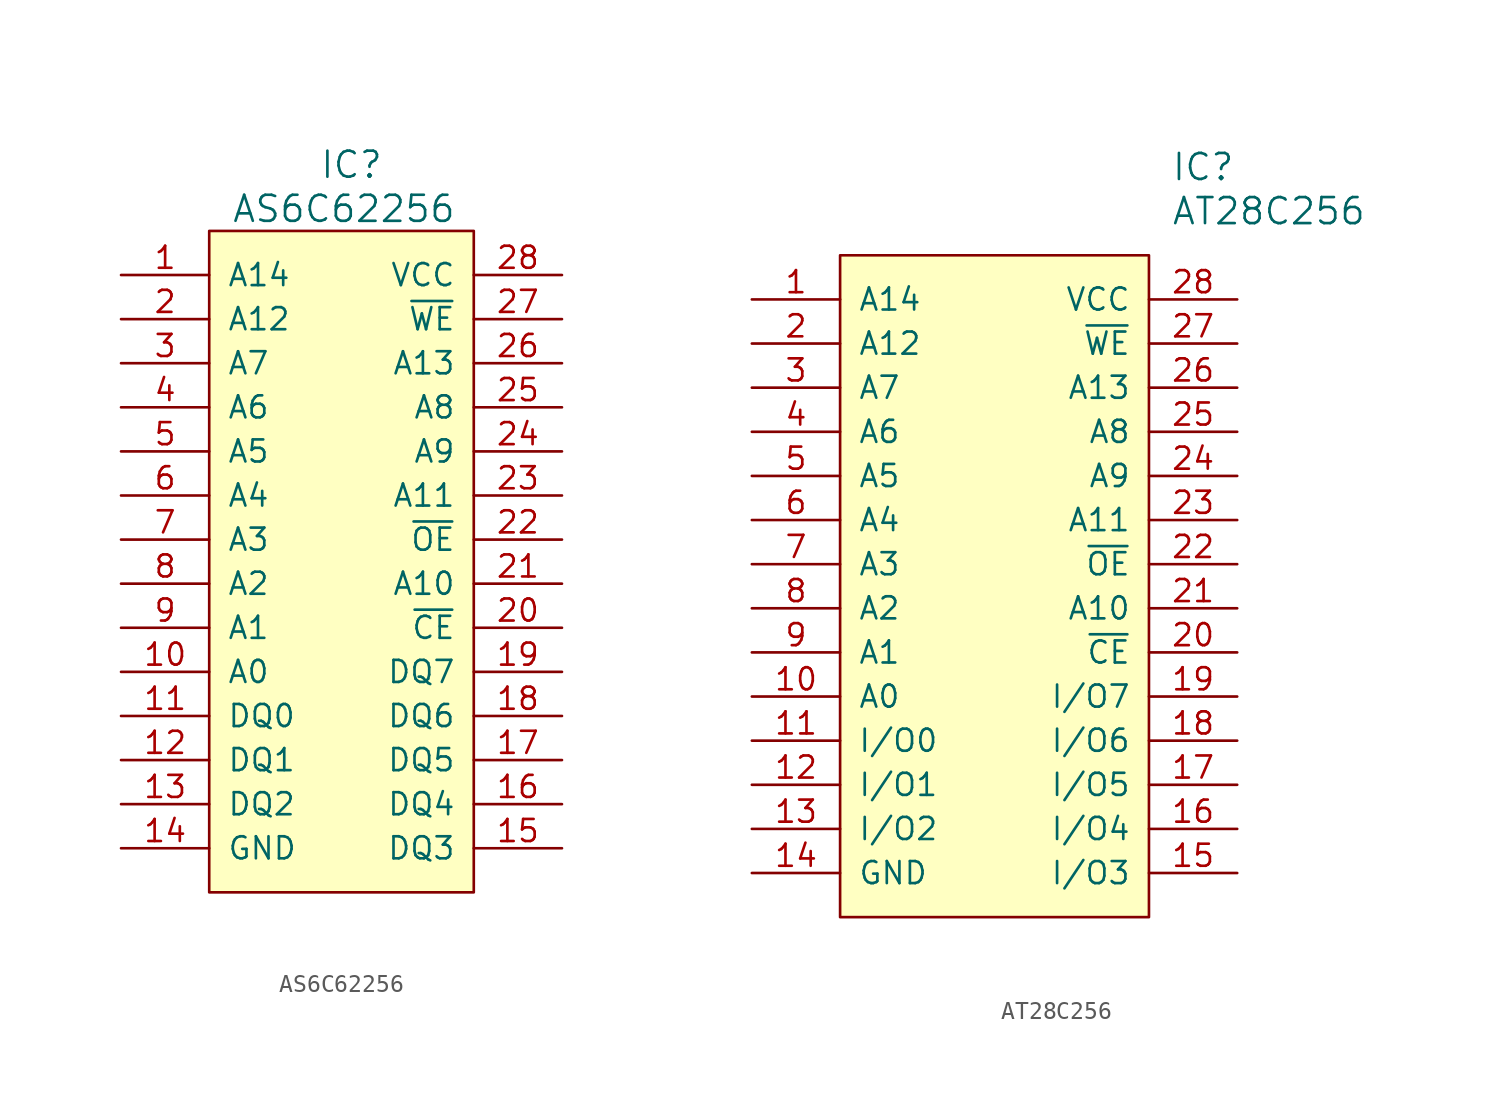
<source format=kicad_sym>
(kicad_symbol_lib
  (version 20231120)
  (generator "kicad_symbol_editor")
  (generator_version "8.0")
  (symbol "AS6C62256"
    (pin_names
      (offset 1.016))
    (property "Reference" "IC"
      (at 11.43 6.35 0)
      (effects (font (size 1.499 1.499)) (justify left)))
    (property "Value" "AS6C62256"
      (at 6.35 3.81 0)
      (effects (font (size 1.499 1.499)) (justify left)))
    (property "ki_locked" ""
      (at 0 0 0)
      (effects (font (size 1.27 1.27))))
    (symbol "AS6C62256_1_0"
      (pin input line (at 0 0 0) (length 5.08) (name "A14" (effects (font (size 1.27 1.27)))) (number "1" (effects (font (size 1.27 1.27)))))
      (pin input line (at 0 -22.86 0) (length 5.08) (name "A0" (effects (font (size 1.27 1.27)))) (number "10" (effects (font (size 1.27 1.27)))))
      (pin bidirectional line (at 0 -25.4 0) (length 5.08) (name "DQ0" (effects (font (size 1.27 1.27)))) (number "11" (effects (font (size 1.27 1.27)))))
      (pin bidirectional line (at 0 -27.94 0) (length 5.08) (name "DQ1" (effects (font (size 1.27 1.27)))) (number "12" (effects (font (size 1.27 1.27)))))
      (pin bidirectional line (at 0 -30.48 0) (length 5.08) (name "DQ2" (effects (font (size 1.27 1.27)))) (number "13" (effects (font (size 1.27 1.27)))))
      (pin power_in line (at 0 -33.02 0) (length 5.08) (name "GND" (effects (font (size 1.27 1.27)))) (number "14" (effects (font (size 1.27 1.27)))))
      (pin bidirectional line (at 25.4 -33.02 180) (length 5.08) (name "DQ3" (effects (font (size 1.27 1.27)))) (number "15" (effects (font (size 1.27 1.27)))))
      (pin bidirectional line (at 25.4 -30.48 180) (length 5.08) (name "DQ4" (effects (font (size 1.27 1.27)))) (number "16" (effects (font (size 1.27 1.27)))))
      (pin bidirectional line (at 25.4 -27.94 180) (length 5.08) (name "DQ5" (effects (font (size 1.27 1.27)))) (number "17" (effects (font (size 1.27 1.27)))))
      (pin bidirectional line (at 25.4 -25.4 180) (length 5.08) (name "DQ6" (effects (font (size 1.27 1.27)))) (number "18" (effects (font (size 1.27 1.27)))))
      (pin bidirectional line (at 25.4 -22.86 180) (length 5.08) (name "DQ7" (effects (font (size 1.27 1.27)))) (number "19" (effects (font (size 1.27 1.27)))))
      (pin input line (at 0 -2.54 0) (length 5.08) (name "A12" (effects (font (size 1.27 1.27)))) (number "2" (effects (font (size 1.27 1.27)))))
      (pin input line (at 25.4 -20.32 180) (length 5.08) (name "~{CE}" (effects (font (size 1.27 1.27)))) (number "20" (effects (font (size 1.27 1.27)))))
      (pin input line (at 25.4 -17.78 180) (length 5.08) (name "A10" (effects (font (size 1.27 1.27)))) (number "21" (effects (font (size 1.27 1.27)))))
      (pin input line (at 25.4 -15.24 180) (length 5.08) (name "~{OE}" (effects (font (size 1.27 1.27)))) (number "22" (effects (font (size 1.27 1.27)))))
      (pin input line (at 25.4 -12.7 180) (length 5.08) (name "A11" (effects (font (size 1.27 1.27)))) (number "23" (effects (font (size 1.27 1.27)))))
      (pin input line (at 25.4 -10.16 180) (length 5.08) (name "A9" (effects (font (size 1.27 1.27)))) (number "24" (effects (font (size 1.27 1.27)))))
      (pin input line (at 25.4 -7.62 180) (length 5.08) (name "A8" (effects (font (size 1.27 1.27)))) (number "25" (effects (font (size 1.27 1.27)))))
      (pin input line (at 25.4 -5.08 180) (length 5.08) (name "A13" (effects (font (size 1.27 1.27)))) (number "26" (effects (font (size 1.27 1.27)))))
      (pin input line (at 25.4 -2.54 180) (length 5.08) (name "~{WE}" (effects (font (size 1.27 1.27)))) (number "27" (effects (font (size 1.27 1.27)))))
      (pin power_in line (at 25.4 0 180) (length 5.08) (name "VCC" (effects (font (size 1.27 1.27)))) (number "28" (effects (font (size 1.27 1.27)))))
      (pin input line (at 0 -5.08 0) (length 5.08) (name "A7" (effects (font (size 1.27 1.27)))) (number "3" (effects (font (size 1.27 1.27)))))
      (pin input line (at 0 -7.62 0) (length 5.08) (name "A6" (effects (font (size 1.27 1.27)))) (number "4" (effects (font (size 1.27 1.27)))))
      (pin input line (at 0 -10.16 0) (length 5.08) (name "A5" (effects (font (size 1.27 1.27)))) (number "5" (effects (font (size 1.27 1.27)))))
      (pin input line (at 0 -12.7 0) (length 5.08) (name "A4" (effects (font (size 1.27 1.27)))) (number "6" (effects (font (size 1.27 1.27)))))
      (pin input line (at 0 -15.24 0) (length 5.08) (name "A3" (effects (font (size 1.27 1.27)))) (number "7" (effects (font (size 1.27 1.27)))))
      (pin input line (at 0 -17.78 0) (length 5.08) (name "A2" (effects (font (size 1.27 1.27)))) (number "8" (effects (font (size 1.27 1.27)))))
      (pin input line (at 0 -20.32 0) (length 5.08) (name "A1" (effects (font (size 1.27 1.27)))) (number "9" (effects (font (size 1.27 1.27))))))
    (symbol "AS6C62256_1_1"
      (rectangle (start 5.08 2.54) (end 20.32 -35.56) (stroke (width 0) (type solid)) (fill (type background)))))
  (symbol "AT28C256"
    (pin_names
      (offset 1.016))
    (property "Reference" "IC"
      (at 24.13 7.62 0)
      (effects (font (size 1.499 1.499)) (justify left)))
    (property "Value" "AT28C256"
      (at 24.13 5.08 0)
      (effects (font (size 1.499 1.499)) (justify left)))
    (property "ki_locked" ""
      (at 0 0 0)
      (effects (font (size 1.27 1.27))))
    (symbol "AT28C256_1_0"
      (pin bidirectional line (at 0 0 0) (length 5.08) (name "A14" (effects (font (size 1.27 1.27)))) (number "1" (effects (font (size 1.27 1.27)))))
      (pin bidirectional line (at 0 -22.86 0) (length 5.08) (name "A0" (effects (font (size 1.27 1.27)))) (number "10" (effects (font (size 1.27 1.27)))))
      (pin bidirectional line (at 0 -25.4 0) (length 5.08) (name "I/O0" (effects (font (size 1.27 1.27)))) (number "11" (effects (font (size 1.27 1.27)))))
      (pin bidirectional line (at 0 -27.94 0) (length 5.08) (name "I/O1" (effects (font (size 1.27 1.27)))) (number "12" (effects (font (size 1.27 1.27)))))
      (pin bidirectional line (at 0 -30.48 0) (length 5.08) (name "I/O2" (effects (font (size 1.27 1.27)))) (number "13" (effects (font (size 1.27 1.27)))))
      (pin power_in line (at 0 -33.02 0) (length 5.08) (name "GND" (effects (font (size 1.27 1.27)))) (number "14" (effects (font (size 1.27 1.27)))))
      (pin bidirectional line (at 27.94 -33.02 180) (length 5.08) (name "I/O3" (effects (font (size 1.27 1.27)))) (number "15" (effects (font (size 1.27 1.27)))))
      (pin bidirectional line (at 27.94 -30.48 180) (length 5.08) (name "I/O4" (effects (font (size 1.27 1.27)))) (number "16" (effects (font (size 1.27 1.27)))))
      (pin bidirectional line (at 27.94 -27.94 180) (length 5.08) (name "I/O5" (effects (font (size 1.27 1.27)))) (number "17" (effects (font (size 1.27 1.27)))))
      (pin bidirectional line (at 27.94 -25.4 180) (length 5.08) (name "I/O6" (effects (font (size 1.27 1.27)))) (number "18" (effects (font (size 1.27 1.27)))))
      (pin bidirectional line (at 27.94 -22.86 180) (length 5.08) (name "I/O7" (effects (font (size 1.27 1.27)))) (number "19" (effects (font (size 1.27 1.27)))))
      (pin bidirectional line (at 0 -2.54 0) (length 5.08) (name "A12" (effects (font (size 1.27 1.27)))) (number "2" (effects (font (size 1.27 1.27)))))
      (pin bidirectional line (at 27.94 -20.32 180) (length 5.08) (name "~{CE}" (effects (font (size 1.27 1.27)))) (number "20" (effects (font (size 1.27 1.27)))))
      (pin bidirectional line (at 27.94 -17.78 180) (length 5.08) (name "A10" (effects (font (size 1.27 1.27)))) (number "21" (effects (font (size 1.27 1.27)))))
      (pin bidirectional line (at 27.94 -15.24 180) (length 5.08) (name "~{OE}" (effects (font (size 1.27 1.27)))) (number "22" (effects (font (size 1.27 1.27)))))
      (pin bidirectional line (at 27.94 -12.7 180) (length 5.08) (name "A11" (effects (font (size 1.27 1.27)))) (number "23" (effects (font (size 1.27 1.27)))))
      (pin bidirectional line (at 27.94 -10.16 180) (length 5.08) (name "A9" (effects (font (size 1.27 1.27)))) (number "24" (effects (font (size 1.27 1.27)))))
      (pin bidirectional line (at 27.94 -7.62 180) (length 5.08) (name "A8" (effects (font (size 1.27 1.27)))) (number "25" (effects (font (size 1.27 1.27)))))
      (pin bidirectional line (at 27.94 -5.08 180) (length 5.08) (name "A13" (effects (font (size 1.27 1.27)))) (number "26" (effects (font (size 1.27 1.27)))))
      (pin bidirectional line (at 27.94 -2.54 180) (length 5.08) (name "~{WE}" (effects (font (size 1.27 1.27)))) (number "27" (effects (font (size 1.27 1.27)))))
      (pin power_in line (at 27.94 0 180) (length 5.08) (name "VCC" (effects (font (size 1.27 1.27)))) (number "28" (effects (font (size 1.27 1.27)))))
      (pin bidirectional line (at 0 -5.08 0) (length 5.08) (name "A7" (effects (font (size 1.27 1.27)))) (number "3" (effects (font (size 1.27 1.27)))))
      (pin bidirectional line (at 0 -7.62 0) (length 5.08) (name "A6" (effects (font (size 1.27 1.27)))) (number "4" (effects (font (size 1.27 1.27)))))
      (pin bidirectional line (at 0 -10.16 0) (length 5.08) (name "A5" (effects (font (size 1.27 1.27)))) (number "5" (effects (font (size 1.27 1.27)))))
      (pin bidirectional line (at 0 -12.7 0) (length 5.08) (name "A4" (effects (font (size 1.27 1.27)))) (number "6" (effects (font (size 1.27 1.27)))))
      (pin bidirectional line (at 0 -15.24 0) (length 5.08) (name "A3" (effects (font (size 1.27 1.27)))) (number "7" (effects (font (size 1.27 1.27)))))
      (pin bidirectional line (at 0 -17.78 0) (length 5.08) (name "A2" (effects (font (size 1.27 1.27)))) (number "8" (effects (font (size 1.27 1.27)))))
      (pin bidirectional line (at 0 -20.32 0) (length 5.08) (name "A1" (effects (font (size 1.27 1.27)))) (number "9" (effects (font (size 1.27 1.27))))))
    (symbol "AT28C256_1_1"
      (rectangle (start 5.08 2.54) (end 22.86 -35.56) (stroke (width 0) (type solid)) (fill (type background))))))
</source>
